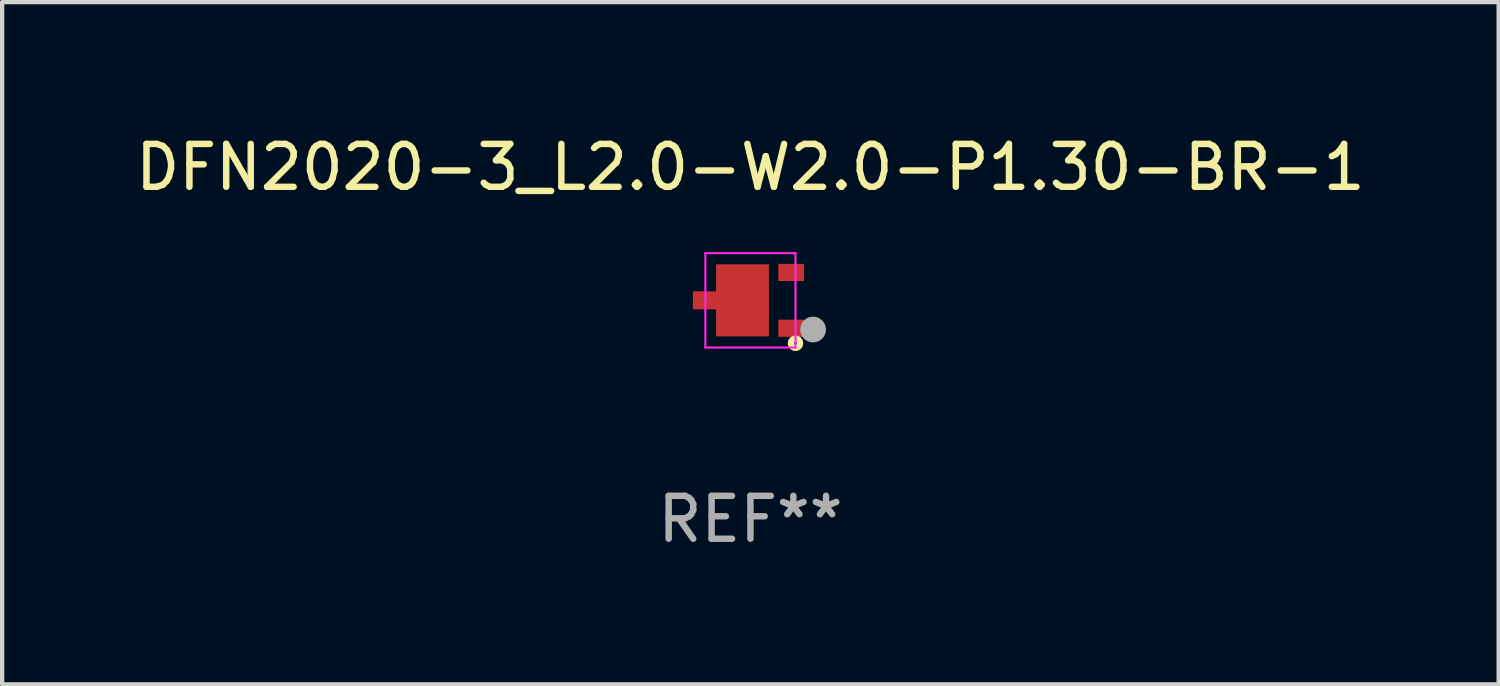
<source format=kicad_pcb>
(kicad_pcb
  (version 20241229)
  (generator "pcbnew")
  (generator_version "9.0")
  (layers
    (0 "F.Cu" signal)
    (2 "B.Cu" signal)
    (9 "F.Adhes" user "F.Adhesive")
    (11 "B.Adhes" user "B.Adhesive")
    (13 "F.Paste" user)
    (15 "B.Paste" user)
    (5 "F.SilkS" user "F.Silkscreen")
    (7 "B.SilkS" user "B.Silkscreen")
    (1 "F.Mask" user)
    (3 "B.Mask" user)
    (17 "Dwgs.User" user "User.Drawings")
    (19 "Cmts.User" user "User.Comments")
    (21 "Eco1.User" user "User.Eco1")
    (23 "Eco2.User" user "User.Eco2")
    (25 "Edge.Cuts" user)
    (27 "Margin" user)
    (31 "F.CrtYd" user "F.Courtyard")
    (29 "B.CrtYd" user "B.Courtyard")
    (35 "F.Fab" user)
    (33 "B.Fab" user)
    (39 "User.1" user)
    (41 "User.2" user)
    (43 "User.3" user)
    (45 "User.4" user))
  (footprint "DFN2020-3_L2.0-W2.0-P1.30-BR-1"
    (layer "F.Cu")
    (at 14.685 3.948)
    (property "Reference" "DFN2020-3_L2.0-W2.0-P1.30-BR-1" (at -0.25 -3.1 0) (layer "F.SilkS") (effects (font (size 1 1) (thickness 0.15))))
    (attr smd)
    (fp_circle (center 0.8 1) (end 0.83 1) (stroke (width 0.15) (type solid)) (fill no) (layer "F.SilkS"))
    (fp_line (start -1.3 -1.1) (end -1.3 1.1) (stroke (width 0.05) (type default)) (layer "F.CrtYd"))
    (fp_line (start -1.3 1.1) (end 0.8 1.1) (stroke (width 0.05) (type default)) (layer "F.CrtYd"))
    (fp_line (start 0.8 -1.1) (end -1.3 -1.1) (stroke (width 0.05) (type default)) (layer "F.CrtYd"))
    (fp_line (start 0.8 1.1) (end 0.8 -1.1) (stroke (width 0.05) (type default)) (layer "F.CrtYd"))
    (fp_circle (center 1.21 0.68) (end 1.36 0.68) (stroke (width 0.3) (type solid)) (fill no) (layer "F.Fab"))
    (fp_text user "REF**" (at -0.25 5.1 0) (layer "F.Fab") (effects (font (size 1 1) (thickness 0.15))))
    (pad "1" smd rect (at 0.7 0.65) (size 0.6 0.4) (layers "F.Cu" "F.Mask" "F.Paste"))
    (pad "2" smd rect (at 0.7 -0.65) (size 0.6 0.4) (layers "F.Cu" "F.Mask" "F.Paste"))
    (pad "3" smd custom (at -0.7 0) (size 0.1 0.1) (layers "F.Cu" "F.Mask" "F.Paste") (options (anchor circle)) (primitives (gr_poly (pts (xy -0.89 -0.21) (xy -0.35 -0.21) (xy -0.35 -0.84) (xy 0.88 -0.84) (xy 0.88 0.84) (xy -0.35 0.84) (xy -0.35 0.21) (xy -0.89 0.21) (xy -0.89 -0.21)) (width 0) (fill yes)))))
  (gr_rect
    (start -3 -3)
    (end 31.869 12.896)
    (stroke (width 0.1) (type default))
    (fill no)
    (layer "Edge.Cuts")))
</source>
